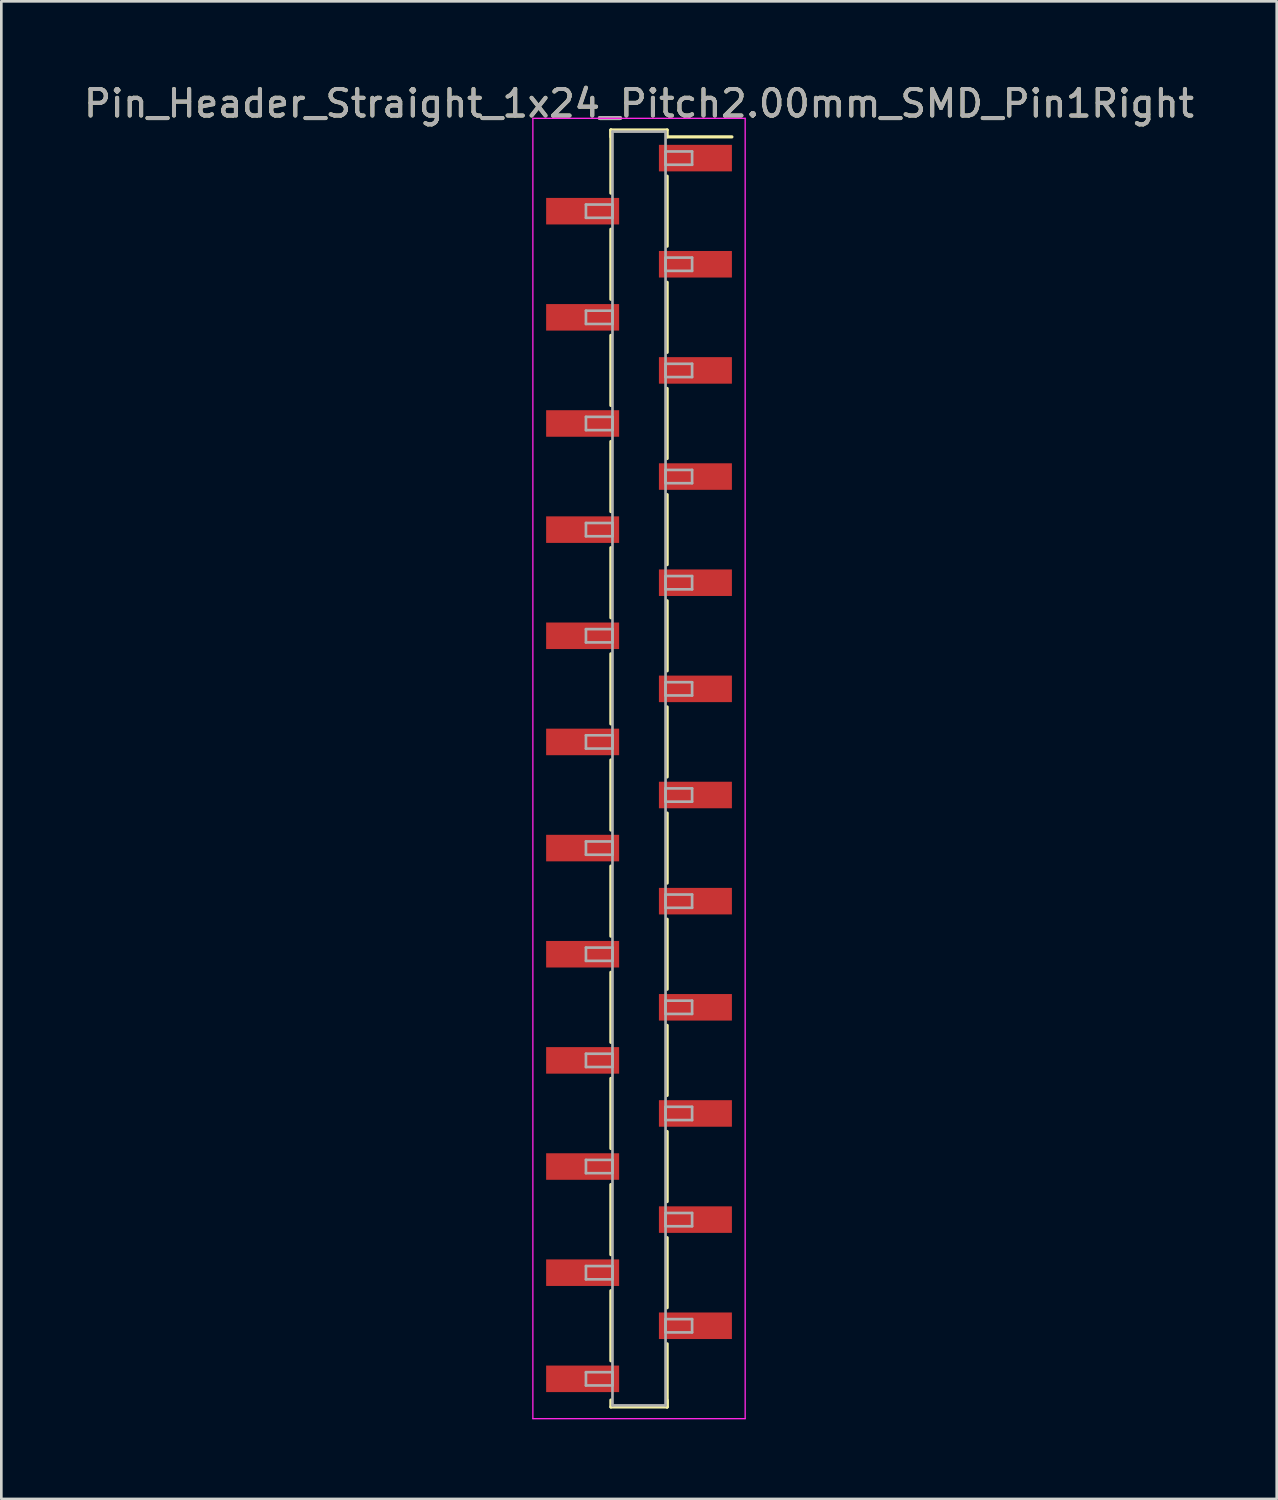
<source format=kicad_pcb>
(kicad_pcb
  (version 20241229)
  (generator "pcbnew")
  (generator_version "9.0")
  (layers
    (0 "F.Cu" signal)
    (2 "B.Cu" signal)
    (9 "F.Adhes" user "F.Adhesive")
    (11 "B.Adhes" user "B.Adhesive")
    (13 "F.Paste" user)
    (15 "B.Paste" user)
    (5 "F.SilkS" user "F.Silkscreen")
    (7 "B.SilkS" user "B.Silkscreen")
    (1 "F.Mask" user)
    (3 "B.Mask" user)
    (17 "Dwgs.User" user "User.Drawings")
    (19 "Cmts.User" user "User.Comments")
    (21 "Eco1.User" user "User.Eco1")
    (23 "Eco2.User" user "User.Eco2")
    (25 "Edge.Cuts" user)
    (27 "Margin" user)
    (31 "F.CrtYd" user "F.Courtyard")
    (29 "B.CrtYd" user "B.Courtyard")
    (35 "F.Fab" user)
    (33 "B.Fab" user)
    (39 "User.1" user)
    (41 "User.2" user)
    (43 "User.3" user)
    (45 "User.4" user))
  (footprint "Pin_Header_Straight_1x24_Pitch2.00mm_SMD_Pin1Right"
    (layer "F.Cu")
    (at 21.03 25.908)
    (property "Reference" "Pin_Header_Straight_1x24_Pitch2.00mm_SMD_Pin1Right" (at 0 -25.06 0) (layer "F.SilkS") (effects (font (size 1 1) (thickness 0.15))))
    (attr smd)
    (fp_line (start -1.06 -24.06) (end -1.06 -21.68) (stroke (width 0.12) (type solid)) (layer "F.SilkS"))
    (fp_line (start -1.06 -24.06) (end 1.06 -24.06) (stroke (width 0.12) (type solid)) (layer "F.SilkS"))
    (fp_line (start -1.06 -23.8) (end -1.06 -24.06) (stroke (width 0.12) (type solid)) (layer "F.SilkS"))
    (fp_line (start -1.06 -20.32) (end -1.06 -17.68) (stroke (width 0.12) (type solid)) (layer "F.SilkS"))
    (fp_line (start -1.06 -16.32) (end -1.06 -13.68) (stroke (width 0.12) (type solid)) (layer "F.SilkS"))
    (fp_line (start -1.06 -12.32) (end -1.06 -9.68) (stroke (width 0.12) (type solid)) (layer "F.SilkS"))
    (fp_line (start -1.06 -8.32) (end -1.06 -5.68) (stroke (width 0.12) (type solid)) (layer "F.SilkS"))
    (fp_line (start -1.06 -4.32) (end -1.06 -1.68) (stroke (width 0.12) (type solid)) (layer "F.SilkS"))
    (fp_line (start -1.06 -0.32) (end -1.06 2.32) (stroke (width 0.12) (type solid)) (layer "F.SilkS"))
    (fp_line (start -1.06 3.68) (end -1.06 6.32) (stroke (width 0.12) (type solid)) (layer "F.SilkS"))
    (fp_line (start -1.06 7.68) (end -1.06 10.32) (stroke (width 0.12) (type solid)) (layer "F.SilkS"))
    (fp_line (start -1.06 11.68) (end -1.06 14.32) (stroke (width 0.12) (type solid)) (layer "F.SilkS"))
    (fp_line (start -1.06 15.68) (end -1.06 18.32) (stroke (width 0.12) (type solid)) (layer "F.SilkS"))
    (fp_line (start -1.06 19.68) (end -1.06 22.32) (stroke (width 0.12) (type solid)) (layer "F.SilkS"))
    (fp_line (start -1.06 23.8) (end -1.06 24.06) (stroke (width 0.12) (type solid)) (layer "F.SilkS"))
    (fp_line (start -1.06 24.06) (end 1.06 24.06) (stroke (width 0.12) (type solid)) (layer "F.SilkS"))
    (fp_line (start 1.06 -24.06) (end 1.06 -23.8) (stroke (width 0.12) (type solid)) (layer "F.SilkS"))
    (fp_line (start 1.06 -23.8) (end 3.5 -23.8) (stroke (width 0.12) (type solid)) (layer "F.SilkS"))
    (fp_line (start 1.06 -22.32) (end 1.06 -19.68) (stroke (width 0.12) (type solid)) (layer "F.SilkS"))
    (fp_line (start 1.06 -18.32) (end 1.06 -15.68) (stroke (width 0.12) (type solid)) (layer "F.SilkS"))
    (fp_line (start 1.06 -14.32) (end 1.06 -11.68) (stroke (width 0.12) (type solid)) (layer "F.SilkS"))
    (fp_line (start 1.06 -10.32) (end 1.06 -7.68) (stroke (width 0.12) (type solid)) (layer "F.SilkS"))
    (fp_line (start 1.06 -6.32) (end 1.06 -3.68) (stroke (width 0.12) (type solid)) (layer "F.SilkS"))
    (fp_line (start 1.06 -2.32) (end 1.06 0.32) (stroke (width 0.12) (type solid)) (layer "F.SilkS"))
    (fp_line (start 1.06 1.68) (end 1.06 4.32) (stroke (width 0.12) (type solid)) (layer "F.SilkS"))
    (fp_line (start 1.06 5.68) (end 1.06 8.32) (stroke (width 0.12) (type solid)) (layer "F.SilkS"))
    (fp_line (start 1.06 9.68) (end 1.06 12.32) (stroke (width 0.12) (type solid)) (layer "F.SilkS"))
    (fp_line (start 1.06 13.68) (end 1.06 16.32) (stroke (width 0.12) (type solid)) (layer "F.SilkS"))
    (fp_line (start 1.06 17.68) (end 1.06 20.32) (stroke (width 0.12) (type solid)) (layer "F.SilkS"))
    (fp_line (start 1.06 21.68) (end 1.06 24.06) (stroke (width 0.12) (type solid)) (layer "F.SilkS"))
    (fp_line (start 1.06 24.06) (end 1.06 23.8) (stroke (width 0.12) (type solid)) (layer "F.SilkS"))
    (fp_line (start -4 -24.5) (end -4 24.5) (stroke (width 0.05) (type solid)) (layer "F.CrtYd"))
    (fp_line (start -4 24.5) (end 4 24.5) (stroke (width 0.05) (type solid)) (layer "F.CrtYd"))
    (fp_line (start 4 -24.5) (end -4 -24.5) (stroke (width 0.05) (type solid)) (layer "F.CrtYd"))
    (fp_line (start 4 24.5) (end 4 -24.5) (stroke (width 0.05) (type solid)) (layer "F.CrtYd"))
    (fp_line (start -2 -21.25) (end -1 -21.25) (stroke (width 0.1) (type solid)) (layer "F.Fab"))
    (fp_line (start -2 -20.75) (end -2 -21.25) (stroke (width 0.1) (type solid)) (layer "F.Fab"))
    (fp_line (start -2 -17.25) (end -1 -17.25) (stroke (width 0.1) (type solid)) (layer "F.Fab"))
    (fp_line (start -2 -16.75) (end -2 -17.25) (stroke (width 0.1) (type solid)) (layer "F.Fab"))
    (fp_line (start -2 -13.25) (end -1 -13.25) (stroke (width 0.1) (type solid)) (layer "F.Fab"))
    (fp_line (start -2 -12.75) (end -2 -13.25) (stroke (width 0.1) (type solid)) (layer "F.Fab"))
    (fp_line (start -2 -9.25) (end -1 -9.25) (stroke (width 0.1) (type solid)) (layer "F.Fab"))
    (fp_line (start -2 -8.75) (end -2 -9.25) (stroke (width 0.1) (type solid)) (layer "F.Fab"))
    (fp_line (start -2 -5.25) (end -1 -5.25) (stroke (width 0.1) (type solid)) (layer "F.Fab"))
    (fp_line (start -2 -4.75) (end -2 -5.25) (stroke (width 0.1) (type solid)) (layer "F.Fab"))
    (fp_line (start -2 -1.25) (end -1 -1.25) (stroke (width 0.1) (type solid)) (layer "F.Fab"))
    (fp_line (start -2 -0.75) (end -2 -1.25) (stroke (width 0.1) (type solid)) (layer "F.Fab"))
    (fp_line (start -2 2.75) (end -1 2.75) (stroke (width 0.1) (type solid)) (layer "F.Fab"))
    (fp_line (start -2 3.25) (end -2 2.75) (stroke (width 0.1) (type solid)) (layer "F.Fab"))
    (fp_line (start -2 6.75) (end -1 6.75) (stroke (width 0.1) (type solid)) (layer "F.Fab"))
    (fp_line (start -2 7.25) (end -2 6.75) (stroke (width 0.1) (type solid)) (layer "F.Fab"))
    (fp_line (start -2 10.75) (end -1 10.75) (stroke (width 0.1) (type solid)) (layer "F.Fab"))
    (fp_line (start -2 11.25) (end -2 10.75) (stroke (width 0.1) (type solid)) (layer "F.Fab"))
    (fp_line (start -2 14.75) (end -1 14.75) (stroke (width 0.1) (type solid)) (layer "F.Fab"))
    (fp_line (start -2 15.25) (end -2 14.75) (stroke (width 0.1) (type solid)) (layer "F.Fab"))
    (fp_line (start -2 18.75) (end -1 18.75) (stroke (width 0.1) (type solid)) (layer "F.Fab"))
    (fp_line (start -2 19.25) (end -2 18.75) (stroke (width 0.1) (type solid)) (layer "F.Fab"))
    (fp_line (start -2 22.75) (end -1 22.75) (stroke (width 0.1) (type solid)) (layer "F.Fab"))
    (fp_line (start -2 23.25) (end -2 22.75) (stroke (width 0.1) (type solid)) (layer "F.Fab"))
    (fp_line (start -1 -24) (end -1 24) (stroke (width 0.1) (type solid)) (layer "F.Fab"))
    (fp_line (start -1 -21.25) (end -1 -20.75) (stroke (width 0.1) (type solid)) (layer "F.Fab"))
    (fp_line (start -1 -20.75) (end -2 -20.75) (stroke (width 0.1) (type solid)) (layer "F.Fab"))
    (fp_line (start -1 -17.25) (end -1 -16.75) (stroke (width 0.1) (type solid)) (layer "F.Fab"))
    (fp_line (start -1 -16.75) (end -2 -16.75) (stroke (width 0.1) (type solid)) (layer "F.Fab"))
    (fp_line (start -1 -13.25) (end -1 -12.75) (stroke (width 0.1) (type solid)) (layer "F.Fab"))
    (fp_line (start -1 -12.75) (end -2 -12.75) (stroke (width 0.1) (type solid)) (layer "F.Fab"))
    (fp_line (start -1 -9.25) (end -1 -8.75) (stroke (width 0.1) (type solid)) (layer "F.Fab"))
    (fp_line (start -1 -8.75) (end -2 -8.75) (stroke (width 0.1) (type solid)) (layer "F.Fab"))
    (fp_line (start -1 -5.25) (end -1 -4.75) (stroke (width 0.1) (type solid)) (layer "F.Fab"))
    (fp_line (start -1 -4.75) (end -2 -4.75) (stroke (width 0.1) (type solid)) (layer "F.Fab"))
    (fp_line (start -1 -1.25) (end -1 -0.75) (stroke (width 0.1) (type solid)) (layer "F.Fab"))
    (fp_line (start -1 -0.75) (end -2 -0.75) (stroke (width 0.1) (type solid)) (layer "F.Fab"))
    (fp_line (start -1 2.75) (end -1 3.25) (stroke (width 0.1) (type solid)) (layer "F.Fab"))
    (fp_line (start -1 3.25) (end -2 3.25) (stroke (width 0.1) (type solid)) (layer "F.Fab"))
    (fp_line (start -1 6.75) (end -1 7.25) (stroke (width 0.1) (type solid)) (layer "F.Fab"))
    (fp_line (start -1 7.25) (end -2 7.25) (stroke (width 0.1) (type solid)) (layer "F.Fab"))
    (fp_line (start -1 10.75) (end -1 11.25) (stroke (width 0.1) (type solid)) (layer "F.Fab"))
    (fp_line (start -1 11.25) (end -2 11.25) (stroke (width 0.1) (type solid)) (layer "F.Fab"))
    (fp_line (start -1 14.75) (end -1 15.25) (stroke (width 0.1) (type solid)) (layer "F.Fab"))
    (fp_line (start -1 15.25) (end -2 15.25) (stroke (width 0.1) (type solid)) (layer "F.Fab"))
    (fp_line (start -1 18.75) (end -1 19.25) (stroke (width 0.1) (type solid)) (layer "F.Fab"))
    (fp_line (start -1 19.25) (end -2 19.25) (stroke (width 0.1) (type solid)) (layer "F.Fab"))
    (fp_line (start -1 22.75) (end -1 23.25) (stroke (width 0.1) (type solid)) (layer "F.Fab"))
    (fp_line (start -1 23.25) (end -2 23.25) (stroke (width 0.1) (type solid)) (layer "F.Fab"))
    (fp_line (start -1 24) (end 1 24) (stroke (width 0.1) (type solid)) (layer "F.Fab"))
    (fp_line (start 1 -24) (end -1 -24) (stroke (width 0.1) (type solid)) (layer "F.Fab"))
    (fp_line (start 1 -23.25) (end 1 -22.75) (stroke (width 0.1) (type solid)) (layer "F.Fab"))
    (fp_line (start 1 -22.75) (end 2 -22.75) (stroke (width 0.1) (type solid)) (layer "F.Fab"))
    (fp_line (start 1 -19.25) (end 1 -18.75) (stroke (width 0.1) (type solid)) (layer "F.Fab"))
    (fp_line (start 1 -18.75) (end 2 -18.75) (stroke (width 0.1) (type solid)) (layer "F.Fab"))
    (fp_line (start 1 -15.25) (end 1 -14.75) (stroke (width 0.1) (type solid)) (layer "F.Fab"))
    (fp_line (start 1 -14.75) (end 2 -14.75) (stroke (width 0.1) (type solid)) (layer "F.Fab"))
    (fp_line (start 1 -11.25) (end 1 -10.75) (stroke (width 0.1) (type solid)) (layer "F.Fab"))
    (fp_line (start 1 -10.75) (end 2 -10.75) (stroke (width 0.1) (type solid)) (layer "F.Fab"))
    (fp_line (start 1 -7.25) (end 1 -6.75) (stroke (width 0.1) (type solid)) (layer "F.Fab"))
    (fp_line (start 1 -6.75) (end 2 -6.75) (stroke (width 0.1) (type solid)) (layer "F.Fab"))
    (fp_line (start 1 -3.25) (end 1 -2.75) (stroke (width 0.1) (type solid)) (layer "F.Fab"))
    (fp_line (start 1 -2.75) (end 2 -2.75) (stroke (width 0.1) (type solid)) (layer "F.Fab"))
    (fp_line (start 1 0.75) (end 1 1.25) (stroke (width 0.1) (type solid)) (layer "F.Fab"))
    (fp_line (start 1 1.25) (end 2 1.25) (stroke (width 0.1) (type solid)) (layer "F.Fab"))
    (fp_line (start 1 4.75) (end 1 5.25) (stroke (width 0.1) (type solid)) (layer "F.Fab"))
    (fp_line (start 1 5.25) (end 2 5.25) (stroke (width 0.1) (type solid)) (layer "F.Fab"))
    (fp_line (start 1 8.75) (end 1 9.25) (stroke (width 0.1) (type solid)) (layer "F.Fab"))
    (fp_line (start 1 9.25) (end 2 9.25) (stroke (width 0.1) (type solid)) (layer "F.Fab"))
    (fp_line (start 1 12.75) (end 1 13.25) (stroke (width 0.1) (type solid)) (layer "F.Fab"))
    (fp_line (start 1 13.25) (end 2 13.25) (stroke (width 0.1) (type solid)) (layer "F.Fab"))
    (fp_line (start 1 16.75) (end 1 17.25) (stroke (width 0.1) (type solid)) (layer "F.Fab"))
    (fp_line (start 1 17.25) (end 2 17.25) (stroke (width 0.1) (type solid)) (layer "F.Fab"))
    (fp_line (start 1 20.75) (end 1 21.25) (stroke (width 0.1) (type solid)) (layer "F.Fab"))
    (fp_line (start 1 21.25) (end 2 21.25) (stroke (width 0.1) (type solid)) (layer "F.Fab"))
    (fp_line (start 1 24) (end 1 -24) (stroke (width 0.1) (type solid)) (layer "F.Fab"))
    (fp_line (start 2 -23.25) (end 1 -23.25) (stroke (width 0.1) (type solid)) (layer "F.Fab"))
    (fp_line (start 2 -22.75) (end 2 -23.25) (stroke (width 0.1) (type solid)) (layer "F.Fab"))
    (fp_line (start 2 -19.25) (end 1 -19.25) (stroke (width 0.1) (type solid)) (layer "F.Fab"))
    (fp_line (start 2 -18.75) (end 2 -19.25) (stroke (width 0.1) (type solid)) (layer "F.Fab"))
    (fp_line (start 2 -15.25) (end 1 -15.25) (stroke (width 0.1) (type solid)) (layer "F.Fab"))
    (fp_line (start 2 -14.75) (end 2 -15.25) (stroke (width 0.1) (type solid)) (layer "F.Fab"))
    (fp_line (start 2 -11.25) (end 1 -11.25) (stroke (width 0.1) (type solid)) (layer "F.Fab"))
    (fp_line (start 2 -10.75) (end 2 -11.25) (stroke (width 0.1) (type solid)) (layer "F.Fab"))
    (fp_line (start 2 -7.25) (end 1 -7.25) (stroke (width 0.1) (type solid)) (layer "F.Fab"))
    (fp_line (start 2 -6.75) (end 2 -7.25) (stroke (width 0.1) (type solid)) (layer "F.Fab"))
    (fp_line (start 2 -3.25) (end 1 -3.25) (stroke (width 0.1) (type solid)) (layer "F.Fab"))
    (fp_line (start 2 -2.75) (end 2 -3.25) (stroke (width 0.1) (type solid)) (layer "F.Fab"))
    (fp_line (start 2 0.75) (end 1 0.75) (stroke (width 0.1) (type solid)) (layer "F.Fab"))
    (fp_line (start 2 1.25) (end 2 0.75) (stroke (width 0.1) (type solid)) (layer "F.Fab"))
    (fp_line (start 2 4.75) (end 1 4.75) (stroke (width 0.1) (type solid)) (layer "F.Fab"))
    (fp_line (start 2 5.25) (end 2 4.75) (stroke (width 0.1) (type solid)) (layer "F.Fab"))
    (fp_line (start 2 8.75) (end 1 8.75) (stroke (width 0.1) (type solid)) (layer "F.Fab"))
    (fp_line (start 2 9.25) (end 2 8.75) (stroke (width 0.1) (type solid)) (layer "F.Fab"))
    (fp_line (start 2 12.75) (end 1 12.75) (stroke (width 0.1) (type solid)) (layer "F.Fab"))
    (fp_line (start 2 13.25) (end 2 12.75) (stroke (width 0.1) (type solid)) (layer "F.Fab"))
    (fp_line (start 2 16.75) (end 1 16.75) (stroke (width 0.1) (type solid)) (layer "F.Fab"))
    (fp_line (start 2 17.25) (end 2 16.75) (stroke (width 0.1) (type solid)) (layer "F.Fab"))
    (fp_line (start 2 20.75) (end 1 20.75) (stroke (width 0.1) (type solid)) (layer "F.Fab"))
    (fp_line (start 2 21.25) (end 2 20.75) (stroke (width 0.1) (type solid)) (layer "F.Fab"))
    (fp_text user "${REFERENCE}" (at 0 -25.06 0) (layer "F.Fab") (effects (font (size 1 1) (thickness 0.15))))
    (pad "1" smd rect (at 2.125 -23) (size 2.75 1) (layers "F.Cu" "F.Mask" "F.Paste"))
    (pad "2" smd rect (at -2.125 -21) (size 2.75 1) (layers "F.Cu" "F.Mask" "F.Paste"))
    (pad "3" smd rect (at 2.125 -19) (size 2.75 1) (layers "F.Cu" "F.Mask" "F.Paste"))
    (pad "4" smd rect (at -2.125 -17) (size 2.75 1) (layers "F.Cu" "F.Mask" "F.Paste"))
    (pad "5" smd rect (at 2.125 -15) (size 2.75 1) (layers "F.Cu" "F.Mask" "F.Paste"))
    (pad "6" smd rect (at -2.125 -13) (size 2.75 1) (layers "F.Cu" "F.Mask" "F.Paste"))
    (pad "7" smd rect (at 2.125 -11) (size 2.75 1) (layers "F.Cu" "F.Mask" "F.Paste"))
    (pad "8" smd rect (at -2.125 -9) (size 2.75 1) (layers "F.Cu" "F.Mask" "F.Paste"))
    (pad "9" smd rect (at 2.125 -7) (size 2.75 1) (layers "F.Cu" "F.Mask" "F.Paste"))
    (pad "10" smd rect (at -2.125 -5) (size 2.75 1) (layers "F.Cu" "F.Mask" "F.Paste"))
    (pad "11" smd rect (at 2.125 -3) (size 2.75 1) (layers "F.Cu" "F.Mask" "F.Paste"))
    (pad "12" smd rect (at -2.125 -1) (size 2.75 1) (layers "F.Cu" "F.Mask" "F.Paste"))
    (pad "13" smd rect (at 2.125 1) (size 2.75 1) (layers "F.Cu" "F.Mask" "F.Paste"))
    (pad "14" smd rect (at -2.125 3) (size 2.75 1) (layers "F.Cu" "F.Mask" "F.Paste"))
    (pad "15" smd rect (at 2.125 5) (size 2.75 1) (layers "F.Cu" "F.Mask" "F.Paste"))
    (pad "16" smd rect (at -2.125 7) (size 2.75 1) (layers "F.Cu" "F.Mask" "F.Paste"))
    (pad "17" smd rect (at 2.125 9) (size 2.75 1) (layers "F.Cu" "F.Mask" "F.Paste"))
    (pad "18" smd rect (at -2.125 11) (size 2.75 1) (layers "F.Cu" "F.Mask" "F.Paste"))
    (pad "19" smd rect (at 2.125 13) (size 2.75 1) (layers "F.Cu" "F.Mask" "F.Paste"))
    (pad "20" smd rect (at -2.125 15) (size 2.75 1) (layers "F.Cu" "F.Mask" "F.Paste"))
    (pad "21" smd rect (at 2.125 17) (size 2.75 1) (layers "F.Cu" "F.Mask" "F.Paste"))
    (pad "22" smd rect (at -2.125 19) (size 2.75 1) (layers "F.Cu" "F.Mask" "F.Paste"))
    (pad "23" smd rect (at 2.125 21) (size 2.75 1) (layers "F.Cu" "F.Mask" "F.Paste"))
    (pad "24" smd rect (at -2.125 23) (size 2.75 1) (layers "F.Cu" "F.Mask" "F.Paste")))
  (gr_rect
    (start -3 -3)
    (end 45.06 53.433)
    (stroke (width 0.1) (type default))
    (fill no)
    (layer "Edge.Cuts")))
</source>
